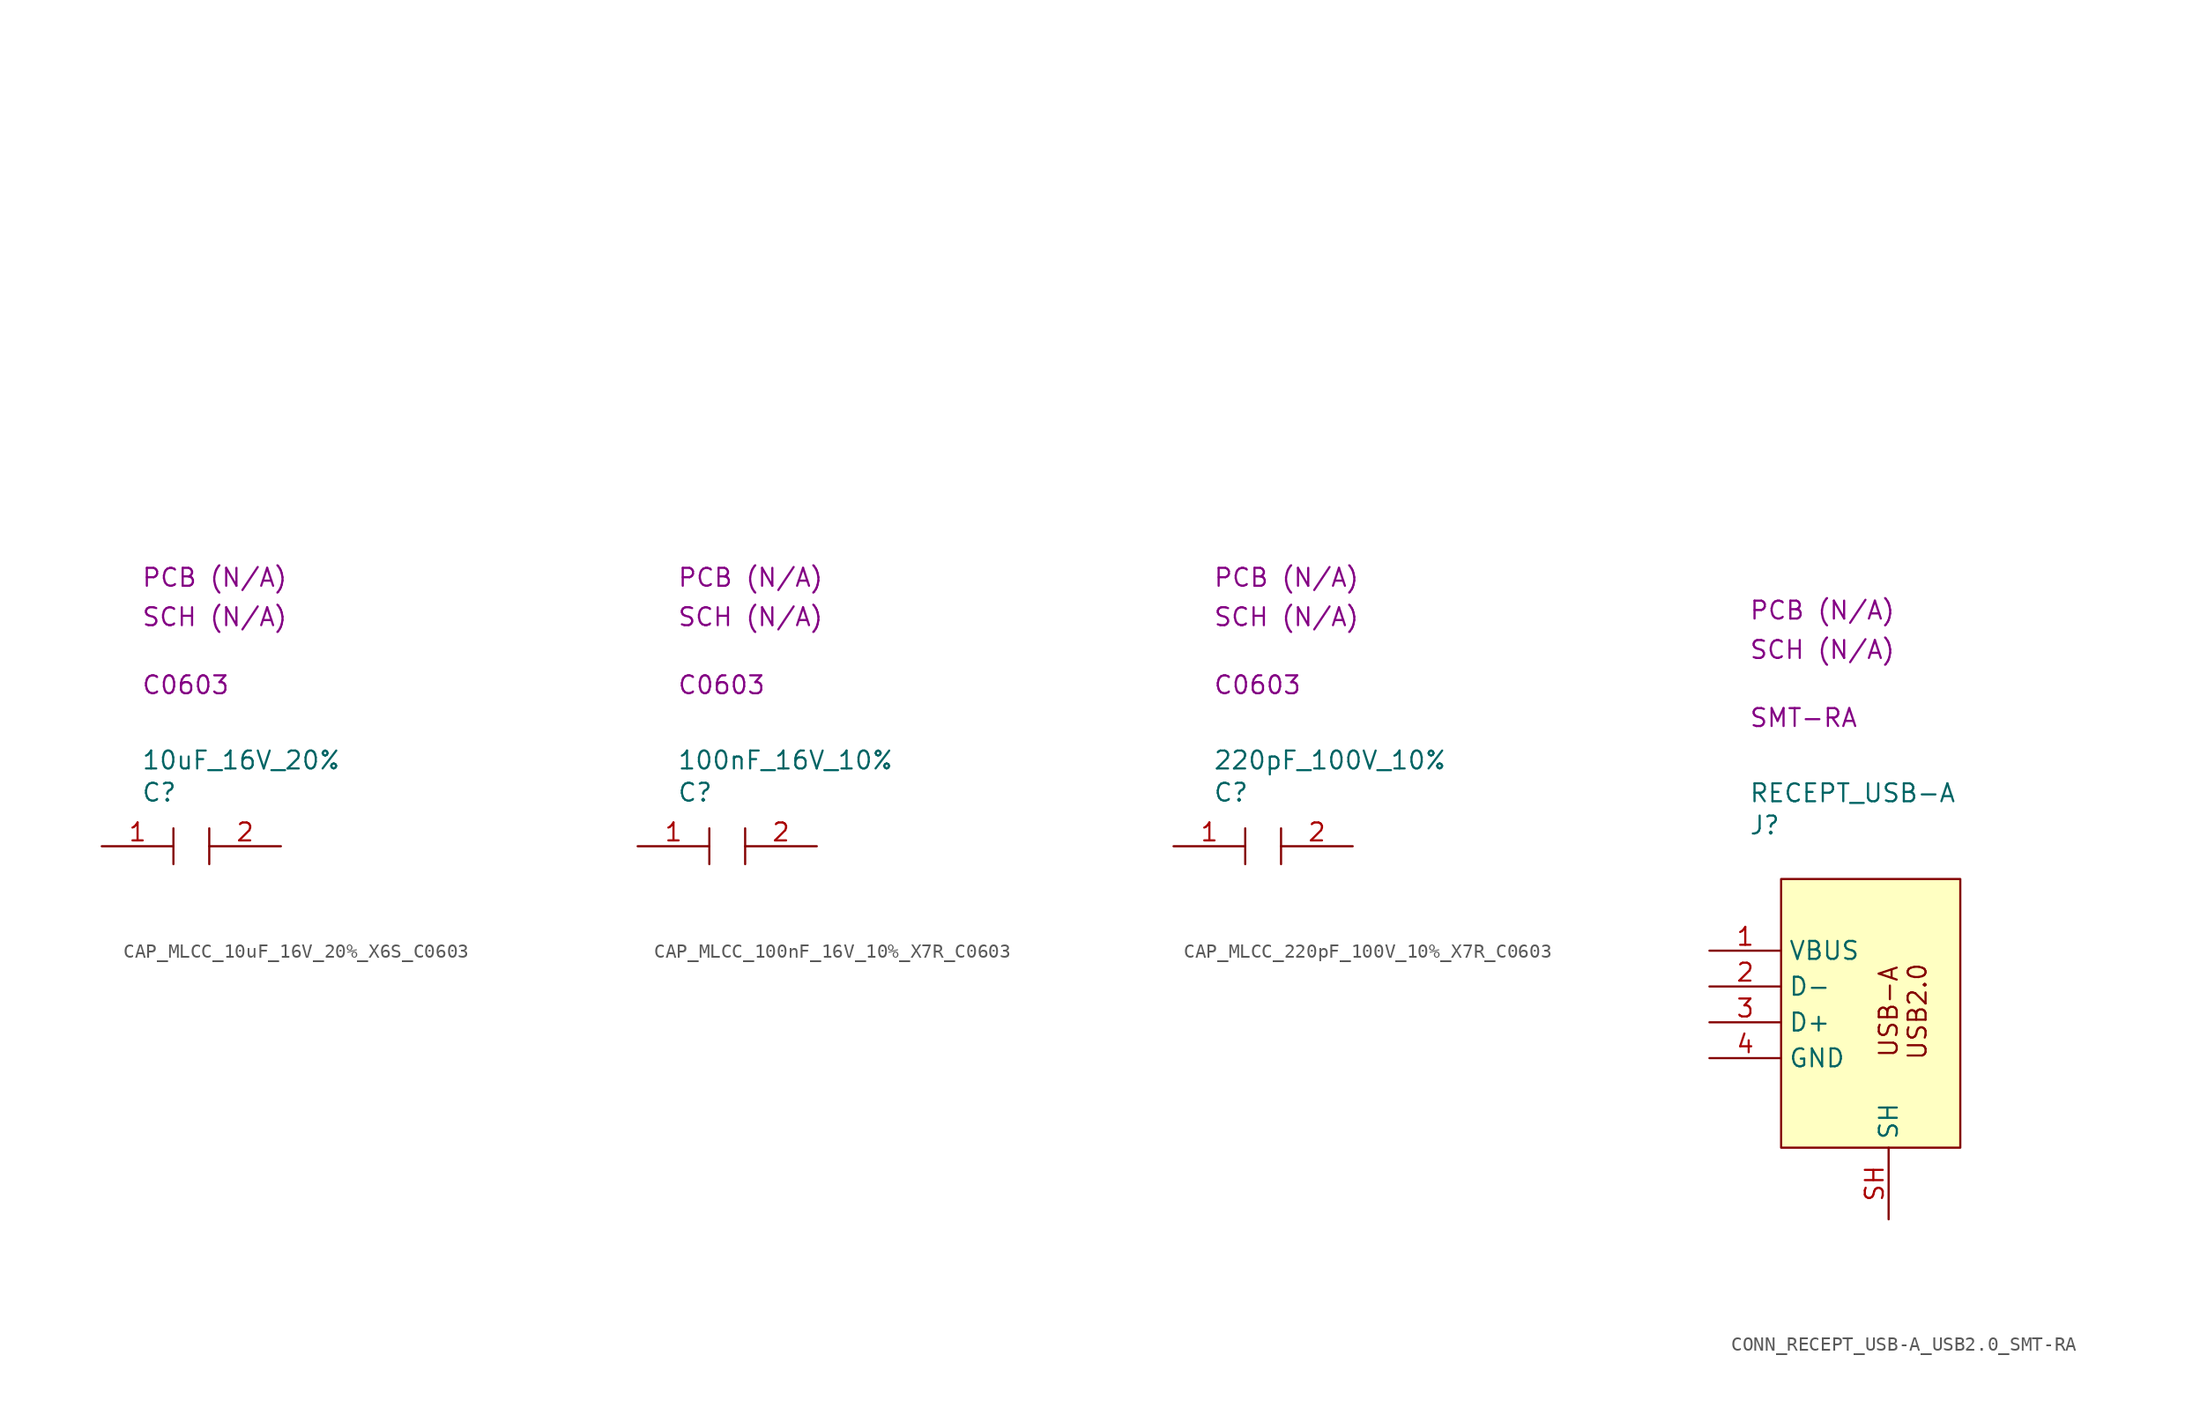
<source format=kicad_sym>
(kicad_symbol_lib
  (version 20231120)
  (generator "kicad_symbol_editor")
  (generator_version "8.0")
  (symbol "CAP_MLCC_10uF_16V_20%_X6S_C0603"
    (property "Reference" "C"
      (at 2.794 3.81 0)
      (effects (font (size 1.27 1.27)) (justify left)))
    (property "Value" "10uF_16V_20%"
      (at 2.794 6.096 0)
      (effects (font (size 1.27 1.27)) (justify left)))
    (property "Package" "C0603"
      (at 2.794 11.43 0)
      (effects (font (size 1.27 1.27)) (justify left)))
    (property "SCH CHECK" "SCH (N/A)"
      (at 2.794 16.256 0)
      (effects (font (size 1.27 1.27)) (justify left)))
    (property "PCB CHECk" "PCB (N/A)"
      (at 2.794 19.05 0)
      (effects (font (size 1.27 1.27)) (justify left)))
    (symbol "CAP_MLCC_10uF_16V_20%_X6S_C0603_0_1"
      (polyline private (pts (xy 2.54 2.54) (xy 27.94 2.54)) (stroke (width 0) (type default)) (fill (type none)))
      (polyline private (pts (xy 2.54 5.08) (xy 27.94 5.08)) (stroke (width 0) (type default)) (fill (type none)))
      (polyline private (pts (xy 2.54 7.62) (xy 27.94 7.62)) (stroke (width 0) (type default)) (fill (type none)))
      (polyline private (pts (xy 2.54 10.16) (xy 27.94 10.16)) (stroke (width 0) (type default)) (fill (type none)))
      (polyline private (pts (xy 2.54 12.7) (xy 27.94 12.7)) (stroke (width 0) (type default)) (fill (type none)))
      (polyline private (pts (xy 2.54 15.24) (xy 27.94 15.24)) (stroke (width 0) (type default)) (fill (type none)))
      (polyline private (pts (xy 2.54 17.78) (xy 27.94 17.78)) (stroke (width 0) (type default)) (fill (type none)))
      (polyline private (pts (xy 2.54 20.32) (xy 27.94 20.32)) (stroke (width 0) (type default)) (fill (type none)))
      (polyline private (pts (xy 2.54 22.86) (xy 27.94 22.86)) (stroke (width 0) (type default)) (fill (type none)))
      (polyline private (pts (xy 2.54 25.4) (xy 27.94 25.4)) (stroke (width 0) (type default)) (fill (type none)))
      (polyline private (pts (xy 2.54 27.94) (xy 27.94 27.94)) (stroke (width 0) (type default)) (fill (type none)))
      (polyline private (pts (xy 2.54 30.48) (xy 27.94 30.48)) (stroke (width 0) (type default)) (fill (type none)))
      (polyline private (pts (xy 2.54 33.02) (xy 27.94 33.02)) (stroke (width 0) (type default)) (fill (type none)))
      (polyline private (pts (xy 2.54 35.56) (xy 27.94 35.56)) (stroke (width 0) (type default)) (fill (type none)))
      (polyline private (pts (xy 2.54 38.1) (xy 27.94 38.1)) (stroke (width 0) (type default)) (fill (type none)))
      (polyline private (pts (xy 2.54 40.64) (xy 27.94 40.64)) (stroke (width 0) (type default)) (fill (type none)))
      (polyline private (pts (xy 2.54 43.18) (xy 27.94 43.18)) (stroke (width 0) (type default)) (fill (type none)))
      (polyline private (pts (xy 2.54 45.72) (xy 27.94 45.72)) (stroke (width 0) (type default)) (fill (type none)))
      (polyline private (pts (xy 2.54 48.26) (xy 27.94 48.26)) (stroke (width 0) (type default)) (fill (type none)))
      (polyline private (pts (xy 2.54 50.8) (xy 27.94 50.8)) (stroke (width 0) (type default)) (fill (type none)))
      (polyline (pts (xy 5.08 1.27) (xy 5.08 -1.27)) (stroke (width 0) (type default)) (fill (type none)))
      (polyline (pts (xy 7.62 1.27) (xy 7.62 -1.27)) (stroke (width 0) (type default)) (fill (type none))))
    (symbol "CAP_MLCC_10uF_16V_20%_X6S_C0603_1_1"
      (pin passive line (at 0 0 0) (length 5.08) (name "" (effects (font (size 1.27 1.27)))) (number "1" (effects (font (size 1.27 1.27)))))
      (pin passive line (at 12.7 0 180) (length 5.08) (name "" (effects (font (size 1.27 1.27)))) (number "2" (effects (font (size 1.27 1.27)))))))
  (symbol "CAP_MLCC_100nF_16V_10%_X7R_C0603"
    (property "Reference" "C"
      (at 2.794 3.81 0)
      (effects (font (size 1.27 1.27)) (justify left)))
    (property "Value" "100nF_16V_10%"
      (at 2.794 6.096 0)
      (effects (font (size 1.27 1.27)) (justify left)))
    (property "Package" "C0603"
      (at 2.794 11.43 0)
      (effects (font (size 1.27 1.27)) (justify left)))
    (property "SCH CHECK" "SCH (N/A)"
      (at 2.794 16.256 0)
      (effects (font (size 1.27 1.27)) (justify left)))
    (property "PCB CHECk" "PCB (N/A)"
      (at 2.794 19.05 0)
      (effects (font (size 1.27 1.27)) (justify left)))
    (symbol "CAP_MLCC_100nF_16V_10%_X7R_C0603_0_1"
      (polyline private (pts (xy 2.54 2.54) (xy 27.94 2.54)) (stroke (width 0) (type default)) (fill (type none)))
      (polyline private (pts (xy 2.54 5.08) (xy 27.94 5.08)) (stroke (width 0) (type default)) (fill (type none)))
      (polyline private (pts (xy 2.54 7.62) (xy 27.94 7.62)) (stroke (width 0) (type default)) (fill (type none)))
      (polyline private (pts (xy 2.54 10.16) (xy 27.94 10.16)) (stroke (width 0) (type default)) (fill (type none)))
      (polyline private (pts (xy 2.54 12.7) (xy 27.94 12.7)) (stroke (width 0) (type default)) (fill (type none)))
      (polyline private (pts (xy 2.54 15.24) (xy 27.94 15.24)) (stroke (width 0) (type default)) (fill (type none)))
      (polyline private (pts (xy 2.54 17.78) (xy 27.94 17.78)) (stroke (width 0) (type default)) (fill (type none)))
      (polyline private (pts (xy 2.54 20.32) (xy 27.94 20.32)) (stroke (width 0) (type default)) (fill (type none)))
      (polyline private (pts (xy 2.54 22.86) (xy 27.94 22.86)) (stroke (width 0) (type default)) (fill (type none)))
      (polyline private (pts (xy 2.54 25.4) (xy 27.94 25.4)) (stroke (width 0) (type default)) (fill (type none)))
      (polyline private (pts (xy 2.54 27.94) (xy 27.94 27.94)) (stroke (width 0) (type default)) (fill (type none)))
      (polyline private (pts (xy 2.54 30.48) (xy 27.94 30.48)) (stroke (width 0) (type default)) (fill (type none)))
      (polyline private (pts (xy 2.54 33.02) (xy 27.94 33.02)) (stroke (width 0) (type default)) (fill (type none)))
      (polyline private (pts (xy 2.54 35.56) (xy 27.94 35.56)) (stroke (width 0) (type default)) (fill (type none)))
      (polyline private (pts (xy 2.54 38.1) (xy 27.94 38.1)) (stroke (width 0) (type default)) (fill (type none)))
      (polyline private (pts (xy 2.54 40.64) (xy 27.94 40.64)) (stroke (width 0) (type default)) (fill (type none)))
      (polyline private (pts (xy 2.54 43.18) (xy 27.94 43.18)) (stroke (width 0) (type default)) (fill (type none)))
      (polyline private (pts (xy 2.54 45.72) (xy 27.94 45.72)) (stroke (width 0) (type default)) (fill (type none)))
      (polyline private (pts (xy 2.54 48.26) (xy 27.94 48.26)) (stroke (width 0) (type default)) (fill (type none)))
      (polyline private (pts (xy 2.54 50.8) (xy 27.94 50.8)) (stroke (width 0) (type default)) (fill (type none)))
      (polyline (pts (xy 5.08 1.27) (xy 5.08 -1.27)) (stroke (width 0) (type default)) (fill (type none)))
      (polyline (pts (xy 7.62 1.27) (xy 7.62 -1.27)) (stroke (width 0) (type default)) (fill (type none))))
    (symbol "CAP_MLCC_100nF_16V_10%_X7R_C0603_1_1"
      (pin passive line (at 0 0 0) (length 5.08) (name "" (effects (font (size 1.27 1.27)))) (number "1" (effects (font (size 1.27 1.27)))))
      (pin passive line (at 12.7 0 180) (length 5.08) (name "" (effects (font (size 1.27 1.27)))) (number "2" (effects (font (size 1.27 1.27)))))))
  (symbol "CAP_MLCC_220pF_100V_10%_X7R_C0603"
    (property "Reference" "C"
      (at 2.794 3.81 0)
      (effects (font (size 1.27 1.27)) (justify left)))
    (property "Value" "220pF_100V_10%"
      (at 2.794 6.096 0)
      (effects (font (size 1.27 1.27)) (justify left)))
    (property "Package" "C0603"
      (at 2.794 11.43 0)
      (effects (font (size 1.27 1.27)) (justify left)))
    (property "SCH CHECK" "SCH (N/A)"
      (at 2.794 16.256 0)
      (effects (font (size 1.27 1.27)) (justify left)))
    (property "PCB CHECk" "PCB (N/A)"
      (at 2.794 19.05 0)
      (effects (font (size 1.27 1.27)) (justify left)))
    (symbol "CAP_MLCC_220pF_100V_10%_X7R_C0603_0_1"
      (polyline private (pts (xy 2.54 2.54) (xy 27.94 2.54)) (stroke (width 0) (type default)) (fill (type none)))
      (polyline private (pts (xy 2.54 5.08) (xy 27.94 5.08)) (stroke (width 0) (type default)) (fill (type none)))
      (polyline private (pts (xy 2.54 7.62) (xy 27.94 7.62)) (stroke (width 0) (type default)) (fill (type none)))
      (polyline private (pts (xy 2.54 10.16) (xy 27.94 10.16)) (stroke (width 0) (type default)) (fill (type none)))
      (polyline private (pts (xy 2.54 12.7) (xy 27.94 12.7)) (stroke (width 0) (type default)) (fill (type none)))
      (polyline private (pts (xy 2.54 15.24) (xy 27.94 15.24)) (stroke (width 0) (type default)) (fill (type none)))
      (polyline private (pts (xy 2.54 17.78) (xy 27.94 17.78)) (stroke (width 0) (type default)) (fill (type none)))
      (polyline private (pts (xy 2.54 20.32) (xy 27.94 20.32)) (stroke (width 0) (type default)) (fill (type none)))
      (polyline private (pts (xy 2.54 22.86) (xy 27.94 22.86)) (stroke (width 0) (type default)) (fill (type none)))
      (polyline private (pts (xy 2.54 25.4) (xy 27.94 25.4)) (stroke (width 0) (type default)) (fill (type none)))
      (polyline private (pts (xy 2.54 27.94) (xy 27.94 27.94)) (stroke (width 0) (type default)) (fill (type none)))
      (polyline private (pts (xy 2.54 30.48) (xy 27.94 30.48)) (stroke (width 0) (type default)) (fill (type none)))
      (polyline private (pts (xy 2.54 33.02) (xy 27.94 33.02)) (stroke (width 0) (type default)) (fill (type none)))
      (polyline private (pts (xy 2.54 35.56) (xy 27.94 35.56)) (stroke (width 0) (type default)) (fill (type none)))
      (polyline private (pts (xy 2.54 38.1) (xy 27.94 38.1)) (stroke (width 0) (type default)) (fill (type none)))
      (polyline private (pts (xy 2.54 40.64) (xy 27.94 40.64)) (stroke (width 0) (type default)) (fill (type none)))
      (polyline private (pts (xy 2.54 43.18) (xy 27.94 43.18)) (stroke (width 0) (type default)) (fill (type none)))
      (polyline private (pts (xy 2.54 45.72) (xy 27.94 45.72)) (stroke (width 0) (type default)) (fill (type none)))
      (polyline private (pts (xy 2.54 48.26) (xy 27.94 48.26)) (stroke (width 0) (type default)) (fill (type none)))
      (polyline private (pts (xy 2.54 50.8) (xy 27.94 50.8)) (stroke (width 0) (type default)) (fill (type none)))
      (polyline (pts (xy 5.08 1.27) (xy 5.08 -1.27)) (stroke (width 0) (type default)) (fill (type none)))
      (polyline (pts (xy 7.62 1.27) (xy 7.62 -1.27)) (stroke (width 0) (type default)) (fill (type none))))
    (symbol "CAP_MLCC_220pF_100V_10%_X7R_C0603_1_1"
      (pin passive line (at 0 0 0) (length 5.08) (name "" (effects (font (size 1.27 1.27)))) (number "1" (effects (font (size 1.27 1.27)))))
      (pin passive line (at 12.7 0 180) (length 5.08) (name "" (effects (font (size 1.27 1.27)))) (number "2" (effects (font (size 1.27 1.27)))))))
  (symbol "CONN_RECEPT_USB-A_USB2.0_SMT-RA"
    (property "Reference" "J"
      (at 2.794 3.81 0)
      (effects (font (size 1.27 1.27)) (justify left)))
    (property "Value" "RECEPT_USB-A"
      (at 2.794 6.096 0)
      (effects (font (size 1.27 1.27)) (justify left)))
    (property "Package" "SMT-RA"
      (at 2.794 11.43 0)
      (effects (font (size 1.27 1.27)) (justify left)))
    (property "SCH CHECK" "SCH (N/A)"
      (at 2.794 16.256 0)
      (effects (font (size 1.27 1.27)) (justify left)))
    (property "PCB CHECk" "PCB (N/A)"
      (at 2.794 19.05 0)
      (effects (font (size 1.27 1.27)) (justify left)))
    (symbol "CONN_RECEPT_USB-A_USB2.0_SMT-RA_0_1"
      (polyline private (pts (xy 2.54 2.54) (xy 27.94 2.54)) (stroke (width 0) (type default)) (fill (type none)))
      (polyline private (pts (xy 2.54 5.08) (xy 27.94 5.08)) (stroke (width 0) (type default)) (fill (type none)))
      (polyline private (pts (xy 2.54 7.62) (xy 27.94 7.62)) (stroke (width 0) (type default)) (fill (type none)))
      (polyline private (pts (xy 2.54 10.16) (xy 27.94 10.16)) (stroke (width 0) (type default)) (fill (type none)))
      (polyline private (pts (xy 2.54 12.7) (xy 27.94 12.7)) (stroke (width 0) (type default)) (fill (type none)))
      (polyline private (pts (xy 2.54 15.24) (xy 27.94 15.24)) (stroke (width 0) (type default)) (fill (type none)))
      (polyline private (pts (xy 2.54 17.78) (xy 27.94 17.78)) (stroke (width 0) (type default)) (fill (type none)))
      (polyline private (pts (xy 2.54 20.32) (xy 27.94 20.32)) (stroke (width 0) (type default)) (fill (type none)))
      (polyline private (pts (xy 2.54 22.86) (xy 27.94 22.86)) (stroke (width 0) (type default)) (fill (type none)))
      (polyline private (pts (xy 2.54 25.4) (xy 27.94 25.4)) (stroke (width 0) (type default)) (fill (type none)))
      (polyline private (pts (xy 2.54 27.94) (xy 27.94 27.94)) (stroke (width 0) (type default)) (fill (type none)))
      (polyline private (pts (xy 2.54 30.48) (xy 27.94 30.48)) (stroke (width 0) (type default)) (fill (type none)))
      (polyline private (pts (xy 2.54 33.02) (xy 27.94 33.02)) (stroke (width 0) (type default)) (fill (type none)))
      (polyline private (pts (xy 2.54 35.56) (xy 27.94 35.56)) (stroke (width 0) (type default)) (fill (type none)))
      (polyline private (pts (xy 2.54 38.1) (xy 27.94 38.1)) (stroke (width 0) (type default)) (fill (type none)))
      (polyline private (pts (xy 2.54 40.64) (xy 27.94 40.64)) (stroke (width 0) (type default)) (fill (type none)))
      (polyline private (pts (xy 2.54 43.18) (xy 27.94 43.18)) (stroke (width 0) (type default)) (fill (type none)))
      (polyline private (pts (xy 2.54 45.72) (xy 27.94 45.72)) (stroke (width 0) (type default)) (fill (type none)))
      (polyline private (pts (xy 2.54 48.26) (xy 27.94 48.26)) (stroke (width 0) (type default)) (fill (type none)))
      (polyline private (pts (xy 2.54 50.8) (xy 27.94 50.8)) (stroke (width 0) (type default)) (fill (type none)))
      (rectangle (start 5.08 0) (end 17.78 -19.05) (stroke (width 0) (type default)) (fill (type background))))
    (symbol "CONN_RECEPT_USB-A_USB2.0_SMT-RA_1_1"
      (text "USB-A\nUSB2.0" (at 13.716 -9.398 900) (effects (font (size 1.27 1.27))))
      (pin passive line (at 0 -5.08 0) (length 5.08) (name "VBUS" (effects (font (size 1.27 1.27)))) (number "1" (effects (font (size 1.27 1.27)))))
      (pin passive line (at 0 -7.62 0) (length 5.08) (name "D-" (effects (font (size 1.27 1.27)))) (number "2" (effects (font (size 1.27 1.27)))))
      (pin passive line (at 0 -10.16 0) (length 5.08) (name "D+" (effects (font (size 1.27 1.27)))) (number "3" (effects (font (size 1.27 1.27)))))
      (pin passive line (at 0 -12.7 0) (length 5.08) (name "GND" (effects (font (size 1.27 1.27)))) (number "4" (effects (font (size 1.27 1.27)))))
      (pin passive line (at 12.7 -24.13 90) (length 5.08) (name "SH" (effects (font (size 1.27 1.27)))) (number "SH" (effects (font (size 1.27 1.27))))))))
</source>
